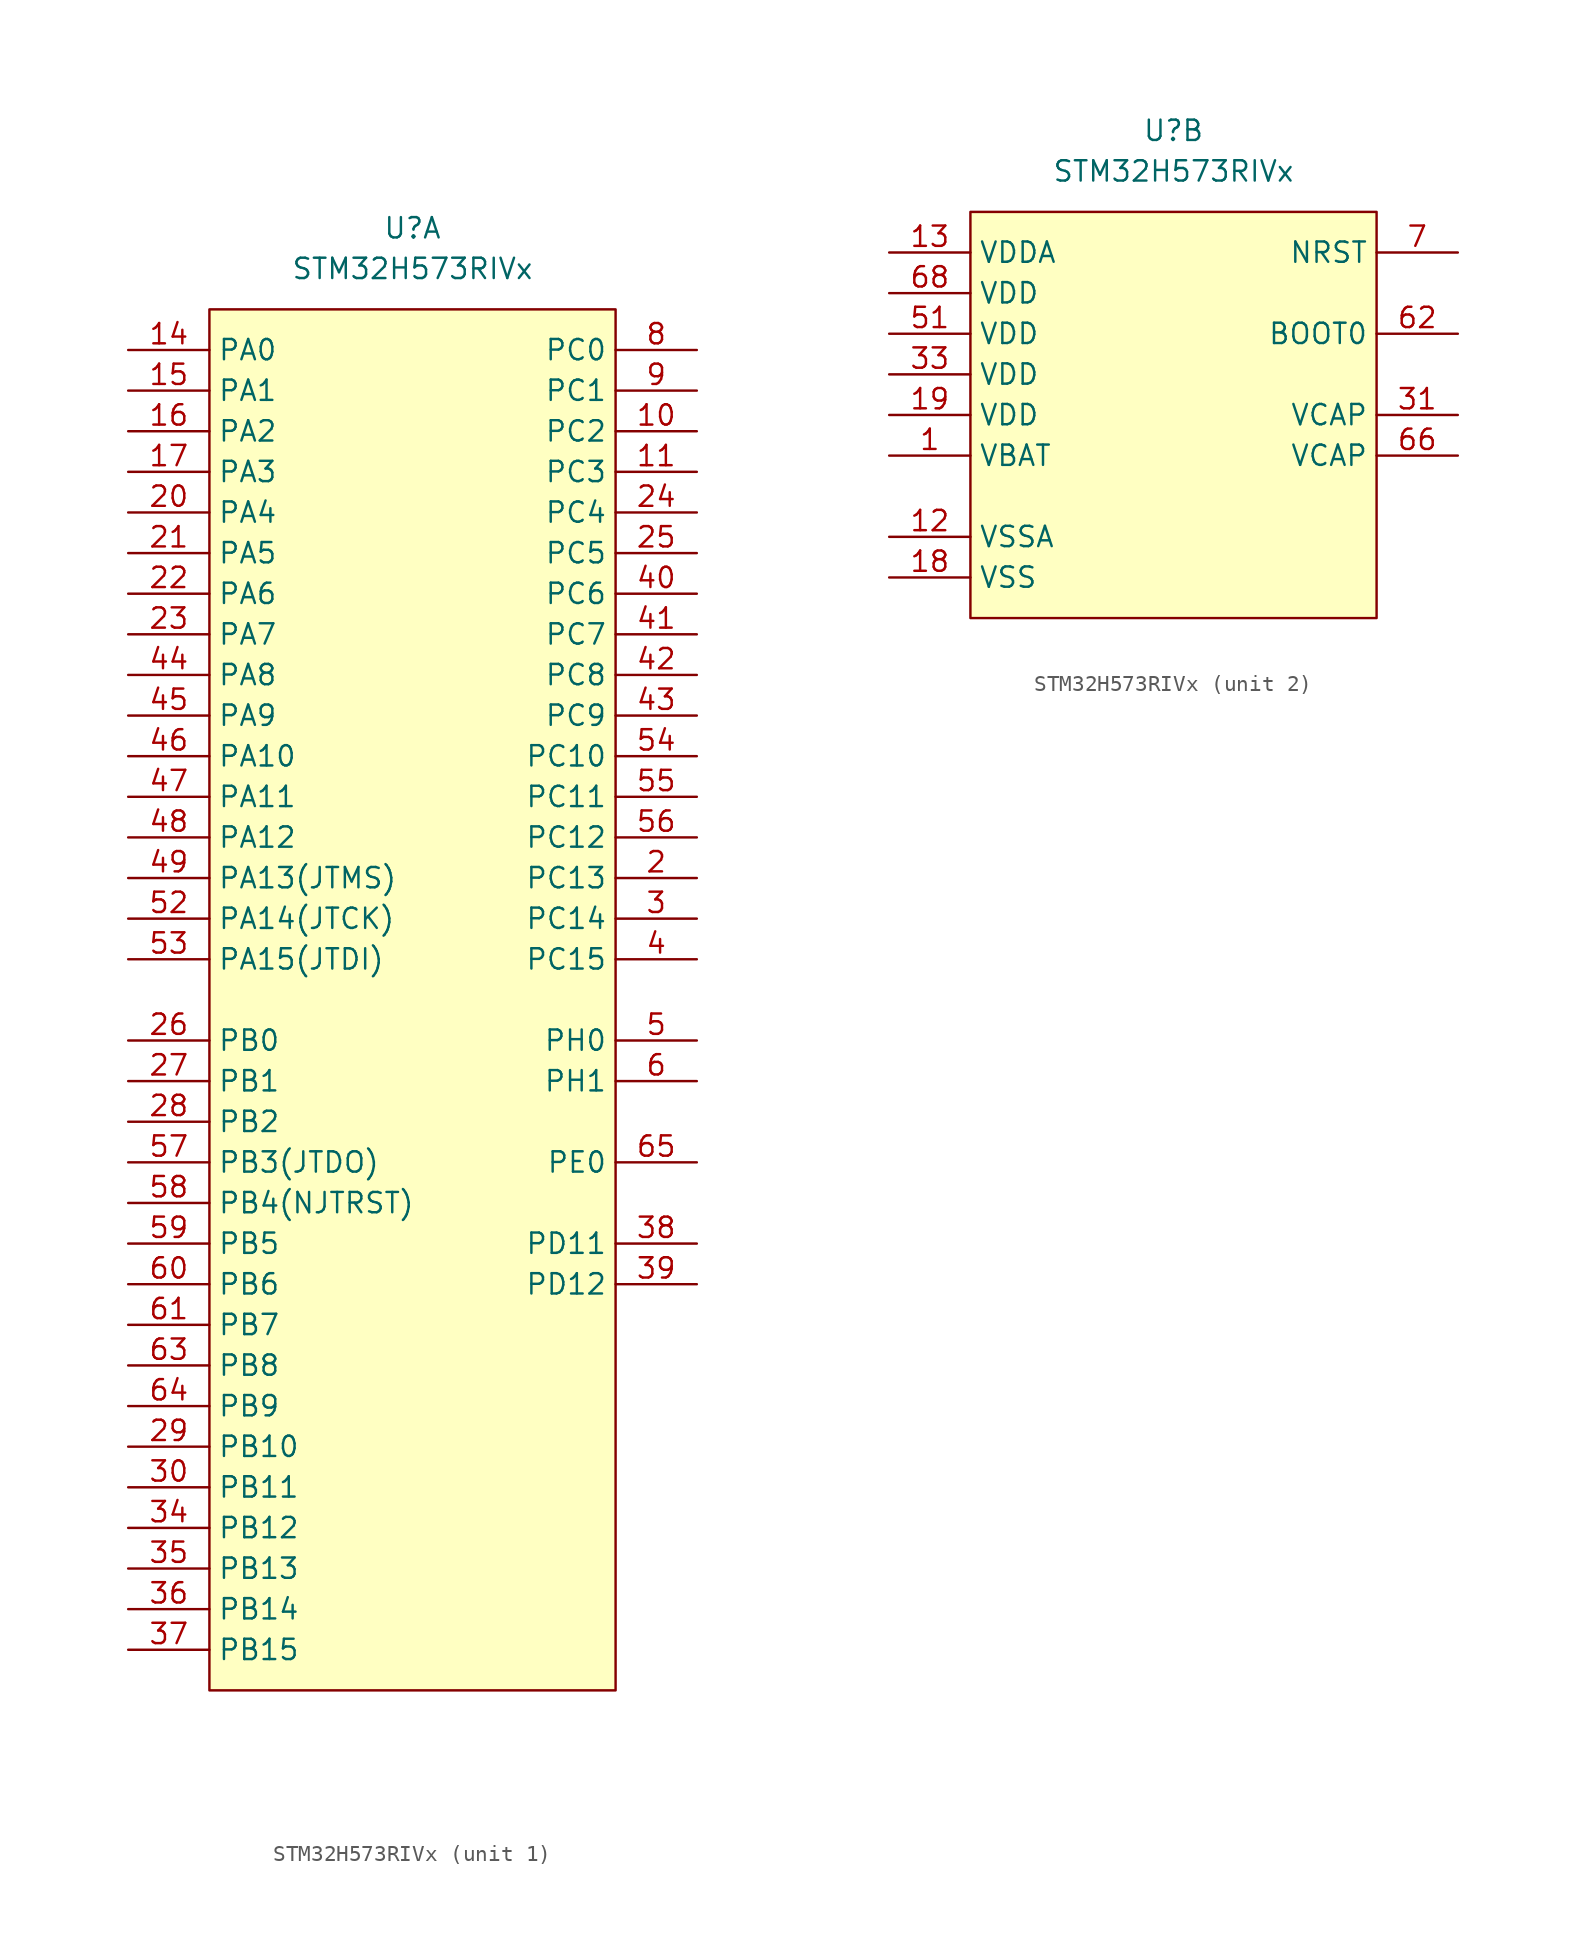
<source format=kicad_sym>
(kicad_symbol_lib
  (version 20241209)
  (generator "kicad_symbol_editor")
  (generator_version "9.0")
  (symbol "STM32H573RIVx"
    (property "Reference" "U"
      (at 0 5.08 0)
      (effects (font (size 1.27 1.27))))
    (property "Value" "STM32H573RIVx"
      (at 0 2.54 0)
      (effects (font (size 1.27 1.27))))
    (symbol "STM32H573RIVx_1_1"
      (rectangle (start -12.7 0) (end 12.7 -86.36) (stroke (width 0) (type solid)) (fill (type background)))
      (pin bidirectional line (at -17.78 -2.54 0) (length 5.08) (name "PA0" (effects (font (size 1.27 1.27)))) (number "14" (effects (font (size 1.27 1.27)))) (alternate "ADC1_INN1" bidirectional line) (alternate "ADC1_INP0" bidirectional line) (alternate "ADC2_INN1" bidirectional line) (alternate "ADC2_INP0" bidirectional line) (alternate "ETH_CRS" bidirectional line) (alternate "PWR_WKUP1" bidirectional line) (alternate "SAI2_SD_B" bidirectional line) (alternate "SPI3_RDY" bidirectional line) (alternate "SPI6_NSS" bidirectional line) (alternate "TAMP_IN2" bidirectional line) (alternate "TAMP_OUT1" bidirectional line) (alternate "TIM15_BKIN" bidirectional line) (alternate "TIM2_CH1" bidirectional line) (alternate "TIM2_ETR" bidirectional line) (alternate "TIM5_CH1" bidirectional line) (alternate "TIM8_ETR" bidirectional line) (alternate "UART4_TX" bidirectional line) (alternate "USART2_CTS" bidirectional line) (alternate "USART2_NSS" bidirectional line))
      (pin bidirectional line (at -17.78 -5.08 0) (length 5.08) (name "PA1" (effects (font (size 1.27 1.27)))) (number "15" (effects (font (size 1.27 1.27)))) (alternate "ADC1_INP1" bidirectional line) (alternate "ADC2_INP1" bidirectional line) (alternate "ETH_REF_CLK" bidirectional line) (alternate "ETH_RX_CLK" bidirectional line) (alternate "LPTIM1_IN1" bidirectional line) (alternate "OCTOSPI1_DQS" bidirectional line) (alternate "OCTOSPI1_IO3" bidirectional line) (alternate "SAI2_MCLK_B" bidirectional line) (alternate "TAMP_IN5" bidirectional line) (alternate "TAMP_OUT4" bidirectional line) (alternate "TIM15_CH1N" bidirectional line) (alternate "TIM2_CH2" bidirectional line) (alternate "TIM5_CH2" bidirectional line) (alternate "UART4_RX" bidirectional line) (alternate "USART2_DE" bidirectional line) (alternate "USART2_RTS" bidirectional line))
      (pin bidirectional line (at -17.78 -7.62 0) (length 5.08) (name "PA2" (effects (font (size 1.27 1.27)))) (number "16" (effects (font (size 1.27 1.27)))) (alternate "ADC1_INP14" bidirectional line) (alternate "ADC2_INP14" bidirectional line) (alternate "ETH_MDIO" bidirectional line) (alternate "LPTIM1_IN2" bidirectional line) (alternate "PWR_WKUP2" bidirectional line) (alternate "SAI2_SCK_B" bidirectional line) (alternate "TAMP_IN4" bidirectional line) (alternate "TAMP_OUT3" bidirectional line) (alternate "TIM15_CH1" bidirectional line) (alternate "TIM2_CH3" bidirectional line) (alternate "TIM5_CH3" bidirectional line) (alternate "USART2_TX" bidirectional line))
      (pin bidirectional line (at -17.78 -10.16 0) (length 5.08) (name "PA3" (effects (font (size 1.27 1.27)))) (number "17" (effects (font (size 1.27 1.27)))) (alternate "ADC1_INP15" bidirectional line) (alternate "ADC2_INP15" bidirectional line) (alternate "ETH_COL" bidirectional line) (alternate "I2S2_WS" bidirectional line) (alternate "OCTOSPI1_CLK" bidirectional line) (alternate "SAI1_SD_B" bidirectional line) (alternate "SPI2_NSS" bidirectional line) (alternate "TIM15_CH2" bidirectional line) (alternate "TIM2_CH4" bidirectional line) (alternate "TIM5_CH4" bidirectional line) (alternate "USART2_RX" bidirectional line))
      (pin bidirectional line (at -17.78 -12.7 0) (length 5.08) (name "PA4" (effects (font (size 1.27 1.27)))) (number "20" (effects (font (size 1.27 1.27)))) (alternate "ADC1_INP18" bidirectional line) (alternate "ADC2_INP18" bidirectional line) (alternate "DAC1_OUT1" bidirectional line) (alternate "DCMI_HSYNC" bidirectional line) (alternate "I2S1_WS" bidirectional line) (alternate "I2S3_WS" bidirectional line) (alternate "LPTIM2_CH1" bidirectional line) (alternate "PSSI_DE" bidirectional line) (alternate "SPI1_NSS" bidirectional line) (alternate "SPI3_NSS" bidirectional line) (alternate "SPI6_NSS" bidirectional line) (alternate "TIM5_ETR" bidirectional line) (alternate "USART2_CK" bidirectional line))
      (pin bidirectional line (at -17.78 -15.24 0) (length 5.08) (name "PA5" (effects (font (size 1.27 1.27)))) (number "21" (effects (font (size 1.27 1.27)))) (alternate "ADC1_INN18" bidirectional line) (alternate "ADC1_INP19" bidirectional line) (alternate "ADC2_INN18" bidirectional line) (alternate "ADC2_INP19" bidirectional line) (alternate "DAC1_OUT2" bidirectional line) (alternate "ETH_TX_EN" bidirectional line) (alternate "I2S1_CK" bidirectional line) (alternate "PSSI_D14" bidirectional line) (alternate "SPI1_SCK" bidirectional line) (alternate "SPI6_SCK" bidirectional line) (alternate "TIM2_CH1" bidirectional line) (alternate "TIM2_ETR" bidirectional line) (alternate "TIM8_CH1N" bidirectional line))
      (pin bidirectional line (at -17.78 -17.78 0) (length 5.08) (name "PA6" (effects (font (size 1.27 1.27)))) (number "22" (effects (font (size 1.27 1.27)))) (alternate "ADC1_INP3" bidirectional line) (alternate "ADC2_INP3" bidirectional line) (alternate "DCMI_PIXCLK" bidirectional line) (alternate "I2S1_SDI" bidirectional line) (alternate "OCTOSPI1_IO3" bidirectional line) (alternate "PSSI_PDCK" bidirectional line) (alternate "SPI1_MISO" bidirectional line) (alternate "SPI6_MISO" bidirectional line) (alternate "TIM13_CH1" bidirectional line) (alternate "TIM1_BKIN" bidirectional line) (alternate "TIM3_CH1" bidirectional line) (alternate "TIM8_BKIN" bidirectional line) (alternate "USART11_TX" bidirectional line))
      (pin bidirectional line (at -17.78 -20.32 0) (length 5.08) (name "PA7" (effects (font (size 1.27 1.27)))) (number "23" (effects (font (size 1.27 1.27)))) (alternate "ADC1_INN3" bidirectional line) (alternate "ADC1_INP7" bidirectional line) (alternate "ADC2_INN3" bidirectional line) (alternate "ADC2_INP7" bidirectional line) (alternate "ETH_CRS_DV" bidirectional line) (alternate "ETH_RX_DV" bidirectional line) (alternate "I2S1_SDO" bidirectional line) (alternate "OCTOSPI1_IO2" bidirectional line) (alternate "SPI1_MOSI" bidirectional line) (alternate "SPI6_MOSI" bidirectional line) (alternate "TIM14_CH1" bidirectional line) (alternate "TIM1_CH1N" bidirectional line) (alternate "TIM3_CH2" bidirectional line) (alternate "TIM8_CH1N" bidirectional line) (alternate "USART11_RX" bidirectional line))
      (pin bidirectional line (at -17.78 -22.86 0) (length 5.08) (name "PA8" (effects (font (size 1.27 1.27)))) (number "44" (effects (font (size 1.27 1.27)))) (alternate "DCMI_D3" bidirectional line) (alternate "I2C3_SCL" bidirectional line) (alternate "PSSI_D3" bidirectional line) (alternate "RCC_MCO_1" bidirectional line) (alternate "SPI1_RDY" bidirectional line) (alternate "TIM1_CH1" bidirectional line) (alternate "TIM8_BKIN2" bidirectional line) (alternate "UART7_RX" bidirectional line) (alternate "USART1_CK" bidirectional line) (alternate "USB_SOF" bidirectional line))
      (pin bidirectional line (at -17.78 -25.4 0) (length 5.08) (name "PA9" (effects (font (size 1.27 1.27)))) (number "45" (effects (font (size 1.27 1.27)))) (alternate "DAC1_EXTI9" bidirectional line) (alternate "DCMI_D0" bidirectional line) (alternate "ETH_TX_ER" bidirectional line) (alternate "I2C3_SMBA" bidirectional line) (alternate "I2S2_CK" bidirectional line) (alternate "LPUART1_TX" bidirectional line) (alternate "PSSI_D0" bidirectional line) (alternate "SPI2_SCK" bidirectional line) (alternate "TIM1_CH2" bidirectional line) (alternate "UCPD1_DB1" bidirectional line) (alternate "USART1_TX" bidirectional line))
      (pin bidirectional line (at -17.78 -27.94 0) (length 5.08) (name "PA10" (effects (font (size 1.27 1.27)))) (number "46" (effects (font (size 1.27 1.27)))) (alternate "DCMI_D1" bidirectional line) (alternate "FDCAN2_TX" bidirectional line) (alternate "LPTIM2_IN2" bidirectional line) (alternate "LPUART1_RX" bidirectional line) (alternate "PSSI_D1" bidirectional line) (alternate "SDMMC1_D0" bidirectional line) (alternate "TIM1_CH3" bidirectional line) (alternate "UCPD1_FRSTX" bidirectional line) (alternate "USART1_RX" bidirectional line))
      (pin bidirectional line (at -17.78 -30.48 0) (length 5.08) (name "PA11" (effects (font (size 1.27 1.27)))) (number "47" (effects (font (size 1.27 1.27)))) (alternate "ADC1_EXTI11" bidirectional line) (alternate "ADC2_EXTI11" bidirectional line) (alternate "FDCAN1_RX" bidirectional line) (alternate "I2S2_WS" bidirectional line) (alternate "LPUART1_CTS" bidirectional line) (alternate "SPI2_NSS" bidirectional line) (alternate "TIM1_CH4" bidirectional line) (alternate "UART4_RX" bidirectional line) (alternate "USART1_CTS" bidirectional line) (alternate "USART1_NSS" bidirectional line) (alternate "USB_DM" bidirectional line))
      (pin bidirectional line (at -17.78 -33.02 0) (length 5.08) (name "PA12" (effects (font (size 1.27 1.27)))) (number "48" (effects (font (size 1.27 1.27)))) (alternate "FDCAN1_TX" bidirectional line) (alternate "I2S2_CK" bidirectional line) (alternate "LPUART1_DE" bidirectional line) (alternate "LPUART1_RTS" bidirectional line) (alternate "SAI2_FS_B" bidirectional line) (alternate "SPI2_SCK" bidirectional line) (alternate "TIM1_ETR" bidirectional line) (alternate "UART4_TX" bidirectional line) (alternate "USART1_DE" bidirectional line) (alternate "USART1_RTS" bidirectional line) (alternate "USB_DP" bidirectional line))
      (pin bidirectional line (at -17.78 -35.56 0) (length 5.08) (name "PA13(JTMS)" (effects (font (size 1.27 1.27)))) (number "49" (effects (font (size 1.27 1.27)))) (alternate "SWDIO" bidirectional line))
      (pin bidirectional line (at -17.78 -38.1 0) (length 5.08) (name "PA14(JTCK)" (effects (font (size 1.27 1.27)))) (number "52" (effects (font (size 1.27 1.27)))) (alternate "SWCLK" bidirectional line))
      (pin bidirectional line (at -17.78 -40.64 0) (length 5.08) (name "PA15(JTDI)" (effects (font (size 1.27 1.27)))) (number "53" (effects (font (size 1.27 1.27)))) (alternate "ADC1_EXTI15" bidirectional line) (alternate "ADC2_EXTI15" bidirectional line) (alternate "CEC" bidirectional line) (alternate "DCMI_D11" bidirectional line) (alternate "DEBUG_JTDI" bidirectional line) (alternate "I2S1_WS" bidirectional line) (alternate "I2S3_WS" bidirectional line) (alternate "LPTIM3_IN2" bidirectional line) (alternate "PSSI_D11" bidirectional line) (alternate "SPI1_NSS" bidirectional line) (alternate "SPI3_NSS" bidirectional line) (alternate "SPI6_NSS" bidirectional line) (alternate "TIM2_CH1" bidirectional line) (alternate "TIM2_ETR" bidirectional line) (alternate "UART4_DE" bidirectional line) (alternate "UART4_RTS" bidirectional line) (alternate "UART7_TX" bidirectional line))
      (pin bidirectional line (at -17.78 -45.72 0) (length 5.08) (name "PB0" (effects (font (size 1.27 1.27)))) (number "26" (effects (font (size 1.27 1.27)))) (alternate "ADC1_INN5" bidirectional line) (alternate "ADC1_INP9" bidirectional line) (alternate "ADC2_INN5" bidirectional line) (alternate "ADC2_INP9" bidirectional line) (alternate "ETH_RXD2" bidirectional line) (alternate "LPTIM3_CH1" bidirectional line) (alternate "OCTOSPI1_IO1" bidirectional line) (alternate "TIM1_CH2N" bidirectional line) (alternate "TIM3_CH3" bidirectional line) (alternate "TIM8_CH2N" bidirectional line) (alternate "UART4_CTS" bidirectional line) (alternate "USART11_CK" bidirectional line))
      (pin bidirectional line (at -17.78 -48.26 0) (length 5.08) (name "PB1" (effects (font (size 1.27 1.27)))) (number "27" (effects (font (size 1.27 1.27)))) (alternate "ADC1_INP5" bidirectional line) (alternate "ADC2_INP5" bidirectional line) (alternate "ETH_RXD3" bidirectional line) (alternate "LPTIM3_CH2" bidirectional line) (alternate "OCTOSPI1_IO0" bidirectional line) (alternate "TIM1_CH3N" bidirectional line) (alternate "TIM3_CH4" bidirectional line) (alternate "TIM8_CH3N" bidirectional line))
      (pin bidirectional line (at -17.78 -50.8 0) (length 5.08) (name "PB2" (effects (font (size 1.27 1.27)))) (number "28" (effects (font (size 1.27 1.27)))) (alternate "I2S3_SDO" bidirectional line) (alternate "LPTIM1_CH1" bidirectional line) (alternate "LPTIM5_ETR" bidirectional line) (alternate "OCTOSPI1_CLK" bidirectional line) (alternate "OCTOSPI1_DQS" bidirectional line) (alternate "RCC_LSCO" bidirectional line) (alternate "RTC_OUT2" bidirectional line) (alternate "SAI1_D1" bidirectional line) (alternate "SAI1_SD_A" bidirectional line) (alternate "SDMMC1_CMD" bidirectional line) (alternate "SPI1_RDY" bidirectional line) (alternate "SPI3_MOSI" bidirectional line) (alternate "TIM8_CH4N" bidirectional line))
      (pin bidirectional line (at -17.78 -53.34 0) (length 5.08) (name "PB3(JTDO)" (effects (font (size 1.27 1.27)))) (number "57" (effects (font (size 1.27 1.27)))) (alternate "CRS_SYNC" bidirectional line) (alternate "I2C2_SDA" bidirectional line) (alternate "I2S1_CK" bidirectional line) (alternate "I2S3_CK" bidirectional line) (alternate "LPTIM6_ETR" bidirectional line) (alternate "SPI1_SCK" bidirectional line) (alternate "SPI3_SCK" bidirectional line) (alternate "SPI6_SCK" bidirectional line) (alternate "SWO" bidirectional line) (alternate "TIM2_CH2" bidirectional line) (alternate "UART7_RX" bidirectional line))
      (pin bidirectional line (at -17.78 -55.88 0) (length 5.08) (name "PB4(NJTRST)" (effects (font (size 1.27 1.27)))) (number "58" (effects (font (size 1.27 1.27)))) (alternate "DCMI_D7" bidirectional line) (alternate "DEBUG_JTRST" bidirectional line) (alternate "I2S1_SDI" bidirectional line) (alternate "I2S2_WS" bidirectional line) (alternate "I2S3_SDI" bidirectional line) (alternate "LPTIM1_CH2" bidirectional line) (alternate "OCTOSPI1_CLK" bidirectional line) (alternate "PSSI_D7" bidirectional line) (alternate "SPI1_MISO" bidirectional line) (alternate "SPI2_NSS" bidirectional line) (alternate "SPI3_MISO" bidirectional line) (alternate "SPI6_MISO" bidirectional line) (alternate "TIM16_BKIN" bidirectional line) (alternate "TIM3_CH1" bidirectional line) (alternate "UART7_TX" bidirectional line))
      (pin bidirectional line (at -17.78 -58.42 0) (length 5.08) (name "PB5" (effects (font (size 1.27 1.27)))) (number "59" (effects (font (size 1.27 1.27)))) (alternate "DCMI_D10" bidirectional line) (alternate "ETH_PPS_OUT" bidirectional line) (alternate "FDCAN2_RX" bidirectional line) (alternate "I2C1_SMBA" bidirectional line) (alternate "I2C4_SMBA" bidirectional line) (alternate "I2S1_SDO" bidirectional line) (alternate "I2S3_SDO" bidirectional line) (alternate "OCTOSPI1_NCLK" bidirectional line) (alternate "PSSI_D10" bidirectional line) (alternate "SPI1_MOSI" bidirectional line) (alternate "SPI3_MOSI" bidirectional line) (alternate "SPI6_MOSI" bidirectional line) (alternate "TIM17_BKIN" bidirectional line) (alternate "TIM3_CH2" bidirectional line) (alternate "UART5_RX" bidirectional line))
      (pin bidirectional line (at -17.78 -60.96 0) (length 5.08) (name "PB6" (effects (font (size 1.27 1.27)))) (number "60" (effects (font (size 1.27 1.27)))) (alternate "CEC" bidirectional line) (alternate "DCMI_D5" bidirectional line) (alternate "FDCAN2_TX" bidirectional line) (alternate "I2C1_SCL" bidirectional line) (alternate "I2C4_SCL" bidirectional line) (alternate "I3C1_SCL" bidirectional line) (alternate "LPUART1_TX" bidirectional line) (alternate "OCTOSPI1_NCS" bidirectional line) (alternate "PSSI_D5" bidirectional line) (alternate "TIM16_CH1N" bidirectional line) (alternate "TIM4_CH1" bidirectional line) (alternate "UART5_TX" bidirectional line) (alternate "USART1_TX" bidirectional line))
      (pin bidirectional line (at -17.78 -63.5 0) (length 5.08) (name "PB7" (effects (font (size 1.27 1.27)))) (number "61" (effects (font (size 1.27 1.27)))) (alternate "DCMI_VSYNC" bidirectional line) (alternate "FDCAN1_TX" bidirectional line) (alternate "I2C1_SDA" bidirectional line) (alternate "I2C4_SDA" bidirectional line) (alternate "I3C1_SDA" bidirectional line) (alternate "LPUART1_RX" bidirectional line) (alternate "PSSI_RDY" bidirectional line) (alternate "PWR_WKUP5" bidirectional line) (alternate "TIM17_CH1N" bidirectional line) (alternate "TIM4_CH2" bidirectional line) (alternate "USART1_RX" bidirectional line))
      (pin bidirectional line (at -17.78 -66.04 0) (length 5.08) (name "PB8" (effects (font (size 1.27 1.27)))) (number "63" (effects (font (size 1.27 1.27)))) (alternate "DCMI_D6" bidirectional line) (alternate "ETH_TXD3" bidirectional line) (alternate "FDCAN1_RX" bidirectional line) (alternate "I2C1_SCL" bidirectional line) (alternate "I2C4_SCL" bidirectional line) (alternate "I3C1_SCL" bidirectional line) (alternate "PSSI_D6" bidirectional line) (alternate "SDMMC1_CKIN" bidirectional line) (alternate "SDMMC1_D4" bidirectional line) (alternate "TIM16_CH1" bidirectional line) (alternate "TIM4_CH3" bidirectional line) (alternate "UART4_RX" bidirectional line))
      (pin bidirectional line (at -17.78 -68.58 0) (length 5.08) (name "PB9" (effects (font (size 1.27 1.27)))) (number "64" (effects (font (size 1.27 1.27)))) (alternate "DAC1_EXTI9" bidirectional line) (alternate "DCMI_D7" bidirectional line) (alternate "FDCAN1_TX" bidirectional line) (alternate "I2C1_SDA" bidirectional line) (alternate "I2C4_SDA" bidirectional line) (alternate "I2S2_WS" bidirectional line) (alternate "I3C1_SDA" bidirectional line) (alternate "PSSI_D7" bidirectional line) (alternate "SDMMC1_CDIR" bidirectional line) (alternate "SDMMC1_D5" bidirectional line) (alternate "SPI2_NSS" bidirectional line) (alternate "TIM17_CH1" bidirectional line) (alternate "TIM4_CH4" bidirectional line) (alternate "UART4_TX" bidirectional line))
      (pin bidirectional line (at -17.78 -71.12 0) (length 5.08) (name "PB10" (effects (font (size 1.27 1.27)))) (number "29" (effects (font (size 1.27 1.27)))) (alternate "ETH_RX_ER" bidirectional line) (alternate "I2C2_SCL" bidirectional line) (alternate "I2S2_CK" bidirectional line) (alternate "LPTIM2_IN1" bidirectional line) (alternate "LPTIM3_CH1" bidirectional line) (alternate "OCTOSPI1_NCS" bidirectional line) (alternate "SPI2_SCK" bidirectional line) (alternate "TIM2_CH3" bidirectional line) (alternate "USART3_TX" bidirectional line))
      (pin bidirectional line (at -17.78 -73.66 0) (length 5.08) (name "PB11" (effects (font (size 1.27 1.27)))) (number "30" (effects (font (size 1.27 1.27)))) (alternate "ADC1_EXTI11" bidirectional line) (alternate "ADC2_EXTI11" bidirectional line) (alternate "ETH_TX_EN" bidirectional line) (alternate "I2C2_SDA" bidirectional line) (alternate "LPTIM2_ETR" bidirectional line) (alternate "SPI2_RDY" bidirectional line) (alternate "TIM2_CH4" bidirectional line) (alternate "USART3_RX" bidirectional line))
      (pin bidirectional line (at -17.78 -76.2 0) (length 5.08) (name "PB12" (effects (font (size 1.27 1.27)))) (number "34" (effects (font (size 1.27 1.27)))) (alternate "ETH_TXD0" bidirectional line) (alternate "FDCAN2_RX" bidirectional line) (alternate "I2C2_SDA" bidirectional line) (alternate "I2S2_WS" bidirectional line) (alternate "OCTOSPI1_NCLK" bidirectional line) (alternate "SPI2_NSS" bidirectional line) (alternate "TIM1_BKIN" bidirectional line) (alternate "UART5_RX" bidirectional line) (alternate "UCPD1_FRSTX" bidirectional line) (alternate "USART3_CK" bidirectional line))
      (pin bidirectional line (at -17.78 -78.74 0) (length 5.08) (name "PB13" (effects (font (size 1.27 1.27)))) (number "35" (effects (font (size 1.27 1.27)))) (alternate "FDCAN2_TX" bidirectional line) (alternate "I2C2_SMBA" bidirectional line) (alternate "I2S2_CK" bidirectional line) (alternate "LPTIM2_CH1" bidirectional line) (alternate "LPTIM3_IN1" bidirectional line) (alternate "SDMMC1_D0" bidirectional line) (alternate "SPI2_SCK" bidirectional line) (alternate "TIM1_CH1N" bidirectional line) (alternate "UART5_TX" bidirectional line) (alternate "UCPD1_CC1" bidirectional line) (alternate "USART3_CTS" bidirectional line) (alternate "USART3_NSS" bidirectional line))
      (pin bidirectional line (at -17.78 -81.28 0) (length 5.08) (name "PB14" (effects (font (size 1.27 1.27)))) (number "36" (effects (font (size 1.27 1.27)))) (alternate "I2S2_SDI" bidirectional line) (alternate "LPTIM3_ETR" bidirectional line) (alternate "SPI2_MISO" bidirectional line) (alternate "TIM12_CH1" bidirectional line) (alternate "TIM1_CH2N" bidirectional line) (alternate "TIM8_CH2N" bidirectional line) (alternate "UART4_DE" bidirectional line) (alternate "UART4_RTS" bidirectional line) (alternate "UCPD1_CC2" bidirectional line) (alternate "USART1_TX" bidirectional line) (alternate "USART3_DE" bidirectional line) (alternate "USART3_RTS" bidirectional line))
      (pin bidirectional line (at -17.78 -83.82 0) (length 5.08) (name "PB15" (effects (font (size 1.27 1.27)))) (number "37" (effects (font (size 1.27 1.27)))) (alternate "ADC1_EXTI15" bidirectional line) (alternate "ADC2_EXTI15" bidirectional line) (alternate "DCMI_D2" bidirectional line) (alternate "ETH_TXD1" bidirectional line) (alternate "I2S2_SDO" bidirectional line) (alternate "OCTOSPI1_CLK" bidirectional line) (alternate "PSSI_D2" bidirectional line) (alternate "PWR_PVD_IN" bidirectional line) (alternate "RTC_REFIN" bidirectional line) (alternate "SPI2_MOSI" bidirectional line) (alternate "TIM12_CH2" bidirectional line) (alternate "TIM1_CH3N" bidirectional line) (alternate "TIM8_CH3N" bidirectional line) (alternate "UART4_CTS" bidirectional line) (alternate "UART5_RX" bidirectional line) (alternate "USART11_CTS" bidirectional line) (alternate "USART11_NSS" bidirectional line) (alternate "USART1_RX" bidirectional line))
      (pin bidirectional line (at 17.78 -2.54 180) (length 5.08) (name "PC0" (effects (font (size 1.27 1.27)))) (number "8" (effects (font (size 1.27 1.27)))) (alternate "ADC1_INP10" bidirectional line) (alternate "ADC2_INP10" bidirectional line) (alternate "OCTOSPI1_IO7" bidirectional line) (alternate "SAI1_MCLK_A" bidirectional line) (alternate "SAI2_FS_B" bidirectional line) (alternate "SPI2_RDY" bidirectional line) (alternate "TIM16_BKIN" bidirectional line))
      (pin bidirectional line (at 17.78 -5.08 180) (length 5.08) (name "PC1" (effects (font (size 1.27 1.27)))) (number "9" (effects (font (size 1.27 1.27)))) (alternate "ADC1_INN10" bidirectional line) (alternate "ADC1_INP11" bidirectional line) (alternate "ADC2_INN10" bidirectional line) (alternate "ADC2_INP11" bidirectional line) (alternate "DEBUG_TRACED0" bidirectional line) (alternate "ETH_MDC" bidirectional line) (alternate "I2S2_SDO" bidirectional line) (alternate "OCTOSPI1_IO4" bidirectional line) (alternate "PWR_WKUP6" bidirectional line) (alternate "SAI1_D1" bidirectional line) (alternate "SAI1_SD_A" bidirectional line) (alternate "SAI2_SD_A" bidirectional line) (alternate "SPI2_MOSI" bidirectional line) (alternate "TAMP_IN3" bidirectional line) (alternate "TAMP_OUT5" bidirectional line) (alternate "USART11_DE" bidirectional line) (alternate "USART11_RTS" bidirectional line))
      (pin bidirectional line (at 17.78 -7.62 180) (length 5.08) (name "PC2" (effects (font (size 1.27 1.27)))) (number "10" (effects (font (size 1.27 1.27)))) (alternate "ADC1_INN11" bidirectional line) (alternate "ADC1_INP12" bidirectional line) (alternate "ADC2_INN11" bidirectional line) (alternate "ADC2_INP12" bidirectional line) (alternate "ETH_TXD2" bidirectional line) (alternate "I2S2_SDI" bidirectional line) (alternate "OCTOSPI1_IO2" bidirectional line) (alternate "OCTOSPI1_IO5" bidirectional line) (alternate "PWR_CSLEEP" bidirectional line) (alternate "SPI2_MISO" bidirectional line) (alternate "TIM17_CH1" bidirectional line) (alternate "TIM4_CH4" bidirectional line))
      (pin bidirectional line (at 17.78 -10.16 180) (length 5.08) (name "PC3" (effects (font (size 1.27 1.27)))) (number "11" (effects (font (size 1.27 1.27)))) (alternate "ADC1_INN12" bidirectional line) (alternate "ADC1_INP13" bidirectional line) (alternate "ADC2_INN12" bidirectional line) (alternate "ADC2_INP13" bidirectional line) (alternate "ETH_TX_CLK" bidirectional line) (alternate "I2S2_SDO" bidirectional line) (alternate "LPTIM3_CH1" bidirectional line) (alternate "OCTOSPI1_IO0" bidirectional line) (alternate "OCTOSPI1_IO6" bidirectional line) (alternate "PWR_CSTOP" bidirectional line) (alternate "SAI1_D3" bidirectional line) (alternate "SPI2_MOSI" bidirectional line))
      (pin bidirectional line (at 17.78 -12.7 180) (length 5.08) (name "PC4" (effects (font (size 1.27 1.27)))) (number "24" (effects (font (size 1.27 1.27)))) (alternate "ADC1_INP4" bidirectional line) (alternate "ADC2_INP4" bidirectional line) (alternate "ETH_RXD0" bidirectional line) (alternate "I2S1_MCK" bidirectional line) (alternate "LPTIM2_ETR" bidirectional line) (alternate "SAI1_CK1" bidirectional line) (alternate "TIM2_CH4" bidirectional line) (alternate "USART3_RX" bidirectional line))
      (pin bidirectional line (at 17.78 -15.24 180) (length 5.08) (name "PC5" (effects (font (size 1.27 1.27)))) (number "25" (effects (font (size 1.27 1.27)))) (alternate "ADC1_INN4" bidirectional line) (alternate "ADC1_INP8" bidirectional line) (alternate "ADC2_INN4" bidirectional line) (alternate "ADC2_INP8" bidirectional line) (alternate "ETH_RXD1" bidirectional line) (alternate "OCTOSPI1_DQS" bidirectional line) (alternate "PSSI_D15" bidirectional line) (alternate "SAI1_D3" bidirectional line) (alternate "SAI1_FS_A" bidirectional line) (alternate "TIM1_CH4N" bidirectional line))
      (pin bidirectional line (at 17.78 -17.78 180) (length 5.08) (name "PC6" (effects (font (size 1.27 1.27)))) (number "40" (effects (font (size 1.27 1.27)))) (alternate "DCMI_D0" bidirectional line) (alternate "I2S2_MCK" bidirectional line) (alternate "OCTOSPI1_IO5" bidirectional line) (alternate "PSSI_D0" bidirectional line) (alternate "SAI1_SCK_A" bidirectional line) (alternate "SDMMC1_D0DIR" bidirectional line) (alternate "SDMMC1_D6" bidirectional line) (alternate "TIM3_CH1" bidirectional line) (alternate "TIM8_CH1" bidirectional line) (alternate "USART6_TX" bidirectional line))
      (pin bidirectional line (at 17.78 -20.32 180) (length 5.08) (name "PC7" (effects (font (size 1.27 1.27)))) (number "41" (effects (font (size 1.27 1.27)))) (alternate "DCMI_D1" bidirectional line) (alternate "DEBUG_TRGIO" bidirectional line) (alternate "I2S3_MCK" bidirectional line) (alternate "OCTOSPI1_IO6" bidirectional line) (alternate "PSSI_D1" bidirectional line) (alternate "SDMMC1_D123DIR" bidirectional line) (alternate "SDMMC1_D7" bidirectional line) (alternate "TIM3_CH2" bidirectional line) (alternate "TIM8_CH2" bidirectional line) (alternate "USART6_RX" bidirectional line))
      (pin bidirectional line (at 17.78 -22.86 180) (length 5.08) (name "PC8" (effects (font (size 1.27 1.27)))) (number "42" (effects (font (size 1.27 1.27)))) (alternate "DCMI_D2" bidirectional line) (alternate "DEBUG_TRACED1" bidirectional line) (alternate "PSSI_D2" bidirectional line) (alternate "SDMMC1_D0" bidirectional line) (alternate "TIM3_CH3" bidirectional line) (alternate "TIM8_CH3" bidirectional line) (alternate "UART5_DE" bidirectional line) (alternate "UART5_RTS" bidirectional line) (alternate "USART6_CK" bidirectional line))
      (pin bidirectional line (at 17.78 -25.4 180) (length 5.08) (name "PC9" (effects (font (size 1.27 1.27)))) (number "43" (effects (font (size 1.27 1.27)))) (alternate "AUDIOCLK" bidirectional line) (alternate "DAC1_EXTI9" bidirectional line) (alternate "DCMI_D3" bidirectional line) (alternate "I2C3_SDA" bidirectional line) (alternate "OCTOSPI1_IO0" bidirectional line) (alternate "PSSI_D3" bidirectional line) (alternate "RCC_MCO_2" bidirectional line) (alternate "SDMMC1_D1" bidirectional line) (alternate "TIM3_CH4" bidirectional line) (alternate "TIM8_CH4" bidirectional line) (alternate "UART5_CTS" bidirectional line) (alternate "UCPD1_DB2" bidirectional line))
      (pin bidirectional line (at 17.78 -27.94 180) (length 5.08) (name "PC10" (effects (font (size 1.27 1.27)))) (number "54" (effects (font (size 1.27 1.27)))) (alternate "DCMI_D8" bidirectional line) (alternate "ETH_TXD0" bidirectional line) (alternate "I2S3_CK" bidirectional line) (alternate "LPTIM3_ETR" bidirectional line) (alternate "OCTOSPI1_IO1" bidirectional line) (alternate "PSSI_D8" bidirectional line) (alternate "SDMMC1_D2" bidirectional line) (alternate "SPI3_SCK" bidirectional line) (alternate "UART4_TX" bidirectional line) (alternate "USART3_TX" bidirectional line))
      (pin bidirectional line (at 17.78 -30.48 180) (length 5.08) (name "PC11" (effects (font (size 1.27 1.27)))) (number "55" (effects (font (size 1.27 1.27)))) (alternate "ADC1_EXTI11" bidirectional line) (alternate "ADC2_EXTI11" bidirectional line) (alternate "DCMI_D4" bidirectional line) (alternate "I2S3_SDI" bidirectional line) (alternate "LPTIM3_IN1" bidirectional line) (alternate "OCTOSPI1_NCS" bidirectional line) (alternate "PSSI_D4" bidirectional line) (alternate "SDMMC1_D3" bidirectional line) (alternate "SPI3_MISO" bidirectional line) (alternate "UART4_RX" bidirectional line) (alternate "USART3_RX" bidirectional line))
      (pin bidirectional line (at 17.78 -33.02 180) (length 5.08) (name "PC12" (effects (font (size 1.27 1.27)))) (number "56" (effects (font (size 1.27 1.27)))) (alternate "DCMI_D9" bidirectional line) (alternate "DEBUG_TRACED3" bidirectional line) (alternate "I2S3_SDO" bidirectional line) (alternate "PSSI_D9" bidirectional line) (alternate "SDMMC1_CK" bidirectional line) (alternate "SPI3_MOSI" bidirectional line) (alternate "SPI6_SCK" bidirectional line) (alternate "TIM15_CH1" bidirectional line) (alternate "UART5_TX" bidirectional line) (alternate "USART3_CK" bidirectional line))
      (pin bidirectional line (at 17.78 -35.56 180) (length 5.08) (name "PC13" (effects (font (size 1.27 1.27)))) (number "2" (effects (font (size 1.27 1.27)))) (alternate "PWR_WKUP4" bidirectional line) (alternate "RTC_OUT1" bidirectional line) (alternate "RTC_TS" bidirectional line) (alternate "TAMP_IN1" bidirectional line) (alternate "TAMP_OUT2" bidirectional line) (alternate "TAMP_OUT3" bidirectional line))
      (pin bidirectional line (at 17.78 -38.1 180) (length 5.08) (name "PC14" (effects (font (size 1.27 1.27)))) (number "3" (effects (font (size 1.27 1.27)))) (alternate "RCC_OSC32_IN" bidirectional line))
      (pin bidirectional line (at 17.78 -40.64 180) (length 5.08) (name "PC15" (effects (font (size 1.27 1.27)))) (number "4" (effects (font (size 1.27 1.27)))) (alternate "ADC1_EXTI15" bidirectional line) (alternate "ADC2_EXTI15" bidirectional line) (alternate "RCC_OSC32_OUT" bidirectional line))
      (pin bidirectional line (at 17.78 -45.72 180) (length 5.08) (name "PH0" (effects (font (size 1.27 1.27)))) (number "5" (effects (font (size 1.27 1.27)))) (alternate "RCC_OSC_IN" bidirectional line))
      (pin bidirectional line (at 17.78 -48.26 180) (length 5.08) (name "PH1" (effects (font (size 1.27 1.27)))) (number "6" (effects (font (size 1.27 1.27)))) (alternate "RCC_OSC_OUT" bidirectional line))
      (pin bidirectional line (at 17.78 -53.34 180) (length 5.08) (name "PE0" (effects (font (size 1.27 1.27)))) (number "65" (effects (font (size 1.27 1.27)))) (alternate "DCMI_D2" bidirectional line) (alternate "FDCAN1_RX" bidirectional line) (alternate "LPTIM1_ETR" bidirectional line) (alternate "LPTIM2_CH2" bidirectional line) (alternate "LPTIM2_ETR" bidirectional line) (alternate "PSSI_D2" bidirectional line) (alternate "SAI2_MCLK_A" bidirectional line) (alternate "SPI3_RDY" bidirectional line) (alternate "TIM4_ETR" bidirectional line))
      (pin bidirectional line (at 17.78 -58.42 180) (length 5.08) (name "PD11" (effects (font (size 1.27 1.27)))) (number "38" (effects (font (size 1.27 1.27)))) (alternate "ADC1_EXTI11" bidirectional line) (alternate "ADC2_EXTI11" bidirectional line) (alternate "I2C4_SMBA" bidirectional line) (alternate "LPTIM2_IN2" bidirectional line) (alternate "OCTOSPI1_IO0" bidirectional line) (alternate "SAI1_CK1" bidirectional line) (alternate "SAI2_SD_A" bidirectional line) (alternate "UART4_RX" bidirectional line) (alternate "USART3_CTS" bidirectional line) (alternate "USART3_NSS" bidirectional line))
      (pin bidirectional line (at 17.78 -60.96 180) (length 5.08) (name "PD12" (effects (font (size 1.27 1.27)))) (number "39" (effects (font (size 1.27 1.27)))) (alternate "DCMI_D12" bidirectional line) (alternate "I2C4_SCL" bidirectional line) (alternate "I3C1_SCL" bidirectional line) (alternate "LPTIM1_IN1" bidirectional line) (alternate "LPTIM2_IN1" bidirectional line) (alternate "OCTOSPI1_IO1" bidirectional line) (alternate "PSSI_D12" bidirectional line) (alternate "SAI1_D1" bidirectional line) (alternate "SAI2_FS_A" bidirectional line) (alternate "TIM4_CH1" bidirectional line) (alternate "UART4_TX" bidirectional line) (alternate "USART3_DE" bidirectional line) (alternate "USART3_RTS" bidirectional line)))
    (symbol "STM32H573RIVx_2_1"
      (rectangle (start -12.7 0) (end 12.7 -25.4) (stroke (width 0) (type solid)) (fill (type background)))
      (pin power_in line (at -17.78 -2.54 0) (length 5.08) (name "VDDA" (effects (font (size 1.27 1.27)))) (number "13" (effects (font (size 1.27 1.27)))))
      (pin power_in line (at -17.78 -5.08 0) (length 5.08) (name "VDD" (effects (font (size 1.27 1.27)))) (number "68" (effects (font (size 1.27 1.27)))))
      (pin power_in line (at -17.78 -7.62 0) (length 5.08) (name "VDD" (effects (font (size 1.27 1.27)))) (number "51" (effects (font (size 1.27 1.27)))))
      (pin power_in line (at -17.78 -10.16 0) (length 5.08) (name "VDD" (effects (font (size 1.27 1.27)))) (number "33" (effects (font (size 1.27 1.27)))))
      (pin power_in line (at -17.78 -12.7 0) (length 5.08) (name "VDD" (effects (font (size 1.27 1.27)))) (number "19" (effects (font (size 1.27 1.27)))))
      (pin power_in line (at -17.78 -15.24 0) (length 5.08) (name "VBAT" (effects (font (size 1.27 1.27)))) (number "1" (effects (font (size 1.27 1.27)))))
      (pin power_in line (at -17.78 -20.32 0) (length 5.08) (name "VSSA" (effects (font (size 1.27 1.27)))) (number "12" (effects (font (size 1.27 1.27)))))
      (pin power_in line (at -17.78 -22.86 0) (length 5.08) (name "VSS" (effects (font (size 1.27 1.27)))) (number "18" (effects (font (size 1.27 1.27)))))
      (pin passive line (at -17.78 -22.86 0) (length 5.08) (hide yes) (name "VSS" (effects (font (size 1.27 1.27)))) (number "32" (effects (font (size 1.27 1.27)))))
      (pin passive line (at -17.78 -22.86 0) (length 5.08) (hide yes) (name "VSS" (effects (font (size 1.27 1.27)))) (number "50" (effects (font (size 1.27 1.27)))))
      (pin passive line (at -17.78 -22.86 0) (length 5.08) (hide yes) (name "VSS" (effects (font (size 1.27 1.27)))) (number "67" (effects (font (size 1.27 1.27)))))
      (pin passive line (at -17.78 -22.86 0) (length 5.08) (hide yes) (name "VSS" (effects (font (size 1.27 1.27)))) (number "69" (effects (font (size 1.27 1.27)))))
      (pin input line (at 17.78 -2.54 180) (length 5.08) (name "NRST" (effects (font (size 1.27 1.27)))) (number "7" (effects (font (size 1.27 1.27)))))
      (pin input line (at 17.78 -7.62 180) (length 5.08) (name "BOOT0" (effects (font (size 1.27 1.27)))) (number "62" (effects (font (size 1.27 1.27)))))
      (pin power_out line (at 17.78 -12.7 180) (length 5.08) (name "VCAP" (effects (font (size 1.27 1.27)))) (number "31" (effects (font (size 1.27 1.27)))))
      (pin power_out line (at 17.78 -15.24 180) (length 5.08) (name "VCAP" (effects (font (size 1.27 1.27)))) (number "66" (effects (font (size 1.27 1.27))))))))
</source>
